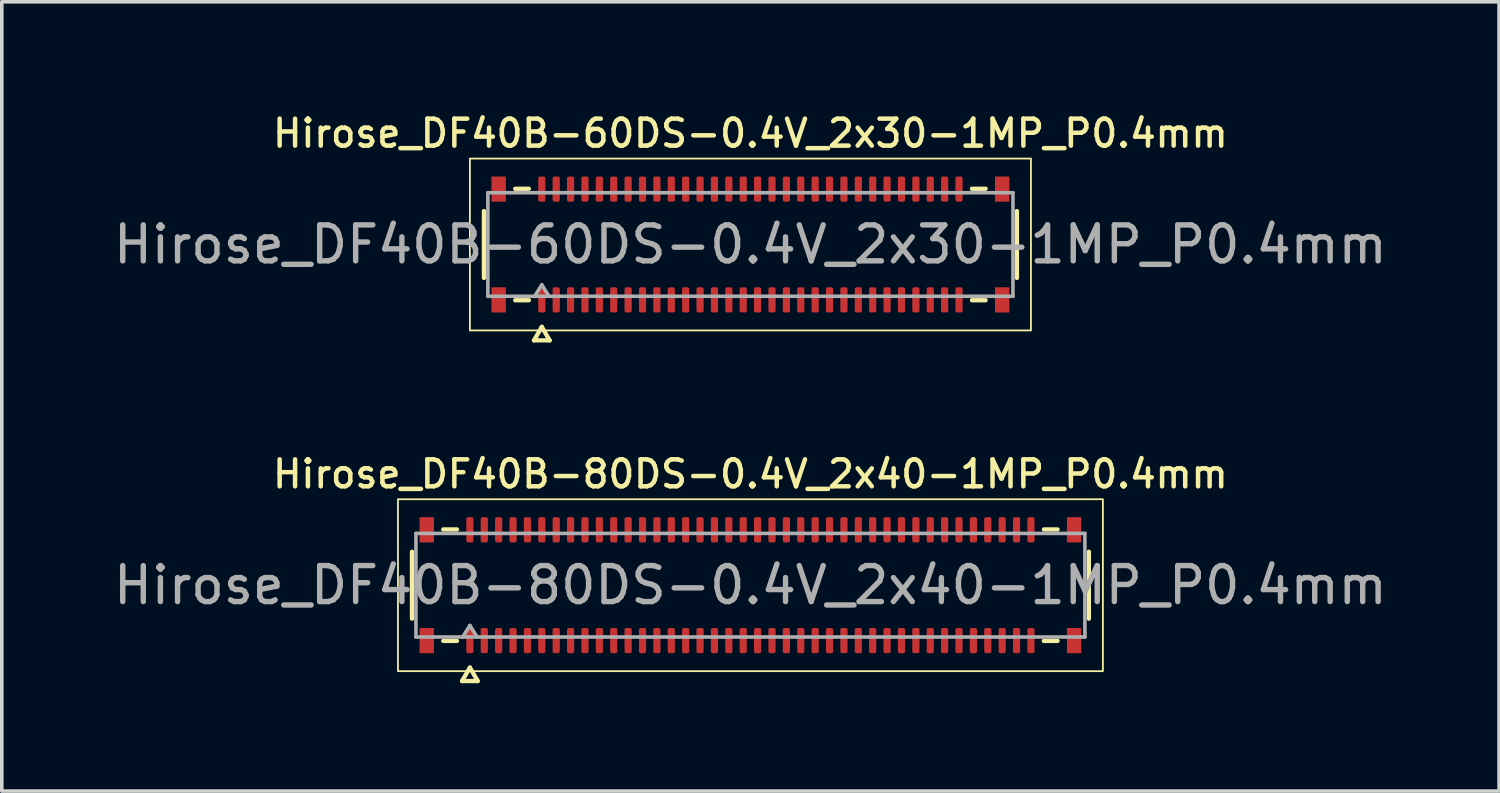
<source format=kicad_pcb>
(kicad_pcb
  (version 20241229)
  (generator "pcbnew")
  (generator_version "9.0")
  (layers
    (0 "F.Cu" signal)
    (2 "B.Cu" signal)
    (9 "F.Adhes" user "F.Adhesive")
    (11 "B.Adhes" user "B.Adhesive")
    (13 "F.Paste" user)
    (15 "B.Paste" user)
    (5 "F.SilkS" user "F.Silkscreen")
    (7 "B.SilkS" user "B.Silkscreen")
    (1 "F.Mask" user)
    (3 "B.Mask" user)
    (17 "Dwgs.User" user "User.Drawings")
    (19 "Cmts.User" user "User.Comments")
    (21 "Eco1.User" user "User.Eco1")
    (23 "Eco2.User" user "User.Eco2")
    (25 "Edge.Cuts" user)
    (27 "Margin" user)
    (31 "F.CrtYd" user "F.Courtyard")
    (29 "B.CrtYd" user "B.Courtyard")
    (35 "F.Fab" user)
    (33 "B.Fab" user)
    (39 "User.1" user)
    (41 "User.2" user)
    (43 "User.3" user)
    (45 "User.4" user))
  (footprint "Hirose_DF40B-80DS-0.4V_2x40-1MP_P0.4mm"
    (layer "F.Cu")
    (at 17.815 13.221)
    (property "Reference" "Hirose_DF40B-80DS-0.4V_2x40-1MP_P0.4mm" (at 0 -3.09 0) (layer "F.SilkS") (effects (font (size 0.75 0.75) (thickness 0.125))))
    (attr smd)
    (fp_line (start -9.41 0.93) (end -9.41 -0.93) (stroke (width 0.12) (type solid)) (layer "F.SilkS"))
    (fp_line (start -8.54 -1.55) (end -8.16 -1.55) (stroke (width 0.12) (type solid)) (layer "F.SilkS"))
    (fp_line (start -8.16 1.55) (end -8.54 1.55) (stroke (width 0.12) (type solid)) (layer "F.SilkS"))
    (fp_line (start -8.017 2.665) (end -7.8 2.29) (stroke (width 0.12) (type solid)) (layer "F.SilkS"))
    (fp_line (start -7.8 2.29) (end -7.583 2.665) (stroke (width 0.12) (type solid)) (layer "F.SilkS"))
    (fp_line (start -7.583 2.665) (end -8.017 2.665) (stroke (width 0.12) (type solid)) (layer "F.SilkS"))
    (fp_line (start 8.16 -1.55) (end 8.54 -1.55) (stroke (width 0.12) (type solid)) (layer "F.SilkS"))
    (fp_line (start 8.54 1.55) (end 8.16 1.55) (stroke (width 0.12) (type solid)) (layer "F.SilkS"))
    (fp_line (start 9.41 -0.93) (end 9.41 0.93) (stroke (width 0.12) (type solid)) (layer "F.SilkS"))
    (fp_rect (start -9.8 -2.39) (end 9.8 2.39) (stroke (width 0.05) (type solid)) (fill no) (layer "F.SilkS"))
    (fp_line (start -9.3 -1.44) (end 9.3 -1.44) (stroke (width 0.1) (type solid)) (layer "F.Fab"))
    (fp_line (start -9.3 1.44) (end -9.3 -1.44) (stroke (width 0.1) (type solid)) (layer "F.Fab"))
    (fp_line (start -8 1.44) (end -7.8 1.12) (stroke (width 0.1) (type solid)) (layer "F.Fab"))
    (fp_line (start -7.8 1.12) (end -7.6 1.44) (stroke (width 0.1) (type solid)) (layer "F.Fab"))
    (fp_line (start 9.3 -1.44) (end 9.3 1.44) (stroke (width 0.1) (type solid)) (layer "F.Fab"))
    (fp_line (start 9.3 1.44) (end -9.3 1.44) (stroke (width 0.1) (type solid)) (layer "F.Fab"))
    (fp_text user "${REFERENCE}" (at 0 0 0) (layer "F.Fab") (effects (font (size 1 1) (thickness 0.15))))
    (pad "1" smd roundrect (at -7.8 1.54) (size 0.2 0.7) (layers "F.Cu" "F.Mask" "F.Paste") (roundrect_rratio 0.25))
    (pad "2" smd roundrect (at -7.8 -1.54) (size 0.2 0.7) (layers "F.Cu" "F.Mask" "F.Paste") (roundrect_rratio 0.25))
    (pad "3" smd roundrect (at -7.4 1.54) (size 0.2 0.7) (layers "F.Cu" "F.Mask" "F.Paste") (roundrect_rratio 0.25))
    (pad "4" smd roundrect (at -7.4 -1.54) (size 0.2 0.7) (layers "F.Cu" "F.Mask" "F.Paste") (roundrect_rratio 0.25))
    (pad "5" smd roundrect (at -7 1.54) (size 0.2 0.7) (layers "F.Cu" "F.Mask" "F.Paste") (roundrect_rratio 0.25))
    (pad "6" smd roundrect (at -7 -1.54) (size 0.2 0.7) (layers "F.Cu" "F.Mask" "F.Paste") (roundrect_rratio 0.25))
    (pad "7" smd roundrect (at -6.6 1.54) (size 0.2 0.7) (layers "F.Cu" "F.Mask" "F.Paste") (roundrect_rratio 0.25))
    (pad "8" smd roundrect (at -6.6 -1.54) (size 0.2 0.7) (layers "F.Cu" "F.Mask" "F.Paste") (roundrect_rratio 0.25))
    (pad "9" smd roundrect (at -6.2 1.54) (size 0.2 0.7) (layers "F.Cu" "F.Mask" "F.Paste") (roundrect_rratio 0.25))
    (pad "10" smd roundrect (at -6.2 -1.54) (size 0.2 0.7) (layers "F.Cu" "F.Mask" "F.Paste") (roundrect_rratio 0.25))
    (pad "11" smd roundrect (at -5.8 1.54) (size 0.2 0.7) (layers "F.Cu" "F.Mask" "F.Paste") (roundrect_rratio 0.25))
    (pad "12" smd roundrect (at -5.8 -1.54) (size 0.2 0.7) (layers "F.Cu" "F.Mask" "F.Paste") (roundrect_rratio 0.25))
    (pad "13" smd roundrect (at -5.4 1.54) (size 0.2 0.7) (layers "F.Cu" "F.Mask" "F.Paste") (roundrect_rratio 0.25))
    (pad "14" smd roundrect (at -5.4 -1.54) (size 0.2 0.7) (layers "F.Cu" "F.Mask" "F.Paste") (roundrect_rratio 0.25))
    (pad "15" smd roundrect (at -5 1.54) (size 0.2 0.7) (layers "F.Cu" "F.Mask" "F.Paste") (roundrect_rratio 0.25))
    (pad "16" smd roundrect (at -5 -1.54) (size 0.2 0.7) (layers "F.Cu" "F.Mask" "F.Paste") (roundrect_rratio 0.25))
    (pad "17" smd roundrect (at -4.6 1.54) (size 0.2 0.7) (layers "F.Cu" "F.Mask" "F.Paste") (roundrect_rratio 0.25))
    (pad "18" smd roundrect (at -4.6 -1.54) (size 0.2 0.7) (layers "F.Cu" "F.Mask" "F.Paste") (roundrect_rratio 0.25))
    (pad "19" smd roundrect (at -4.2 1.54) (size 0.2 0.7) (layers "F.Cu" "F.Mask" "F.Paste") (roundrect_rratio 0.25))
    (pad "20" smd roundrect (at -4.2 -1.54) (size 0.2 0.7) (layers "F.Cu" "F.Mask" "F.Paste") (roundrect_rratio 0.25))
    (pad "21" smd roundrect (at -3.8 1.54) (size 0.2 0.7) (layers "F.Cu" "F.Mask" "F.Paste") (roundrect_rratio 0.25))
    (pad "22" smd roundrect (at -3.8 -1.54) (size 0.2 0.7) (layers "F.Cu" "F.Mask" "F.Paste") (roundrect_rratio 0.25))
    (pad "23" smd roundrect (at -3.4 1.54) (size 0.2 0.7) (layers "F.Cu" "F.Mask" "F.Paste") (roundrect_rratio 0.25))
    (pad "24" smd roundrect (at -3.4 -1.54) (size 0.2 0.7) (layers "F.Cu" "F.Mask" "F.Paste") (roundrect_rratio 0.25))
    (pad "25" smd roundrect (at -3 1.54) (size 0.2 0.7) (layers "F.Cu" "F.Mask" "F.Paste") (roundrect_rratio 0.25))
    (pad "26" smd roundrect (at -3 -1.54) (size 0.2 0.7) (layers "F.Cu" "F.Mask" "F.Paste") (roundrect_rratio 0.25))
    (pad "27" smd roundrect (at -2.6 1.54) (size 0.2 0.7) (layers "F.Cu" "F.Mask" "F.Paste") (roundrect_rratio 0.25))
    (pad "28" smd roundrect (at -2.6 -1.54) (size 0.2 0.7) (layers "F.Cu" "F.Mask" "F.Paste") (roundrect_rratio 0.25))
    (pad "29" smd roundrect (at -2.2 1.54) (size 0.2 0.7) (layers "F.Cu" "F.Mask" "F.Paste") (roundrect_rratio 0.25))
    (pad "30" smd roundrect (at -2.2 -1.54) (size 0.2 0.7) (layers "F.Cu" "F.Mask" "F.Paste") (roundrect_rratio 0.25))
    (pad "31" smd roundrect (at -1.8 1.54) (size 0.2 0.7) (layers "F.Cu" "F.Mask" "F.Paste") (roundrect_rratio 0.25))
    (pad "32" smd roundrect (at -1.8 -1.54) (size 0.2 0.7) (layers "F.Cu" "F.Mask" "F.Paste") (roundrect_rratio 0.25))
    (pad "33" smd roundrect (at -1.4 1.54) (size 0.2 0.7) (layers "F.Cu" "F.Mask" "F.Paste") (roundrect_rratio 0.25))
    (pad "34" smd roundrect (at -1.4 -1.54) (size 0.2 0.7) (layers "F.Cu" "F.Mask" "F.Paste") (roundrect_rratio 0.25))
    (pad "35" smd roundrect (at -1 1.54) (size 0.2 0.7) (layers "F.Cu" "F.Mask" "F.Paste") (roundrect_rratio 0.25))
    (pad "36" smd roundrect (at -1 -1.54) (size 0.2 0.7) (layers "F.Cu" "F.Mask" "F.Paste") (roundrect_rratio 0.25))
    (pad "37" smd roundrect (at -0.6 1.54) (size 0.2 0.7) (layers "F.Cu" "F.Mask" "F.Paste") (roundrect_rratio 0.25))
    (pad "38" smd roundrect (at -0.6 -1.54) (size 0.2 0.7) (layers "F.Cu" "F.Mask" "F.Paste") (roundrect_rratio 0.25))
    (pad "39" smd roundrect (at -0.2 1.54) (size 0.2 0.7) (layers "F.Cu" "F.Mask" "F.Paste") (roundrect_rratio 0.25))
    (pad "40" smd roundrect (at -0.2 -1.54) (size 0.2 0.7) (layers "F.Cu" "F.Mask" "F.Paste") (roundrect_rratio 0.25))
    (pad "41" smd roundrect (at 0.2 1.54) (size 0.2 0.7) (layers "F.Cu" "F.Mask" "F.Paste") (roundrect_rratio 0.25))
    (pad "42" smd roundrect (at 0.2 -1.54) (size 0.2 0.7) (layers "F.Cu" "F.Mask" "F.Paste") (roundrect_rratio 0.25))
    (pad "43" smd roundrect (at 0.6 1.54) (size 0.2 0.7) (layers "F.Cu" "F.Mask" "F.Paste") (roundrect_rratio 0.25))
    (pad "44" smd roundrect (at 0.6 -1.54) (size 0.2 0.7) (layers "F.Cu" "F.Mask" "F.Paste") (roundrect_rratio 0.25))
    (pad "45" smd roundrect (at 1 1.54) (size 0.2 0.7) (layers "F.Cu" "F.Mask" "F.Paste") (roundrect_rratio 0.25))
    (pad "46" smd roundrect (at 1 -1.54) (size 0.2 0.7) (layers "F.Cu" "F.Mask" "F.Paste") (roundrect_rratio 0.25))
    (pad "47" smd roundrect (at 1.4 1.54) (size 0.2 0.7) (layers "F.Cu" "F.Mask" "F.Paste") (roundrect_rratio 0.25))
    (pad "48" smd roundrect (at 1.4 -1.54) (size 0.2 0.7) (layers "F.Cu" "F.Mask" "F.Paste") (roundrect_rratio 0.25))
    (pad "49" smd roundrect (at 1.8 1.54) (size 0.2 0.7) (layers "F.Cu" "F.Mask" "F.Paste") (roundrect_rratio 0.25))
    (pad "50" smd roundrect (at 1.8 -1.54) (size 0.2 0.7) (layers "F.Cu" "F.Mask" "F.Paste") (roundrect_rratio 0.25))
    (pad "51" smd roundrect (at 2.2 1.54) (size 0.2 0.7) (layers "F.Cu" "F.Mask" "F.Paste") (roundrect_rratio 0.25))
    (pad "52" smd roundrect (at 2.2 -1.54) (size 0.2 0.7) (layers "F.Cu" "F.Mask" "F.Paste") (roundrect_rratio 0.25))
    (pad "53" smd roundrect (at 2.6 1.54) (size 0.2 0.7) (layers "F.Cu" "F.Mask" "F.Paste") (roundrect_rratio 0.25))
    (pad "54" smd roundrect (at 2.6 -1.54) (size 0.2 0.7) (layers "F.Cu" "F.Mask" "F.Paste") (roundrect_rratio 0.25))
    (pad "55" smd roundrect (at 3 1.54) (size 0.2 0.7) (layers "F.Cu" "F.Mask" "F.Paste") (roundrect_rratio 0.25))
    (pad "56" smd roundrect (at 3 -1.54) (size 0.2 0.7) (layers "F.Cu" "F.Mask" "F.Paste") (roundrect_rratio 0.25))
    (pad "57" smd roundrect (at 3.4 1.54) (size 0.2 0.7) (layers "F.Cu" "F.Mask" "F.Paste") (roundrect_rratio 0.25))
    (pad "58" smd roundrect (at 3.4 -1.54) (size 0.2 0.7) (layers "F.Cu" "F.Mask" "F.Paste") (roundrect_rratio 0.25))
    (pad "59" smd roundrect (at 3.8 1.54) (size 0.2 0.7) (layers "F.Cu" "F.Mask" "F.Paste") (roundrect_rratio 0.25))
    (pad "60" smd roundrect (at 3.8 -1.54) (size 0.2 0.7) (layers "F.Cu" "F.Mask" "F.Paste") (roundrect_rratio 0.25))
    (pad "61" smd roundrect (at 4.2 1.54) (size 0.2 0.7) (layers "F.Cu" "F.Mask" "F.Paste") (roundrect_rratio 0.25))
    (pad "62" smd roundrect (at 4.2 -1.54) (size 0.2 0.7) (layers "F.Cu" "F.Mask" "F.Paste") (roundrect_rratio 0.25))
    (pad "63" smd roundrect (at 4.6 1.54) (size 0.2 0.7) (layers "F.Cu" "F.Mask" "F.Paste") (roundrect_rratio 0.25))
    (pad "64" smd roundrect (at 4.6 -1.54) (size 0.2 0.7) (layers "F.Cu" "F.Mask" "F.Paste") (roundrect_rratio 0.25))
    (pad "65" smd roundrect (at 5 1.54) (size 0.2 0.7) (layers "F.Cu" "F.Mask" "F.Paste") (roundrect_rratio 0.25))
    (pad "66" smd roundrect (at 5 -1.54) (size 0.2 0.7) (layers "F.Cu" "F.Mask" "F.Paste") (roundrect_rratio 0.25))
    (pad "67" smd roundrect (at 5.4 1.54) (size 0.2 0.7) (layers "F.Cu" "F.Mask" "F.Paste") (roundrect_rratio 0.25))
    (pad "68" smd roundrect (at 5.4 -1.54) (size 0.2 0.7) (layers "F.Cu" "F.Mask" "F.Paste") (roundrect_rratio 0.25))
    (pad "69" smd roundrect (at 5.8 1.54) (size 0.2 0.7) (layers "F.Cu" "F.Mask" "F.Paste") (roundrect_rratio 0.25))
    (pad "70" smd roundrect (at 5.8 -1.54) (size 0.2 0.7) (layers "F.Cu" "F.Mask" "F.Paste") (roundrect_rratio 0.25))
    (pad "71" smd roundrect (at 6.2 1.54) (size 0.2 0.7) (layers "F.Cu" "F.Mask" "F.Paste") (roundrect_rratio 0.25))
    (pad "72" smd roundrect (at 6.2 -1.54) (size 0.2 0.7) (layers "F.Cu" "F.Mask" "F.Paste") (roundrect_rratio 0.25))
    (pad "73" smd roundrect (at 6.6 1.54) (size 0.2 0.7) (layers "F.Cu" "F.Mask" "F.Paste") (roundrect_rratio 0.25))
    (pad "74" smd roundrect (at 6.6 -1.54) (size 0.2 0.7) (layers "F.Cu" "F.Mask" "F.Paste") (roundrect_rratio 0.25))
    (pad "75" smd roundrect (at 7 1.54) (size 0.2 0.7) (layers "F.Cu" "F.Mask" "F.Paste") (roundrect_rratio 0.25))
    (pad "76" smd roundrect (at 7 -1.54) (size 0.2 0.7) (layers "F.Cu" "F.Mask" "F.Paste") (roundrect_rratio 0.25))
    (pad "77" smd roundrect (at 7.4 1.54) (size 0.2 0.7) (layers "F.Cu" "F.Mask" "F.Paste") (roundrect_rratio 0.25))
    (pad "78" smd roundrect (at 7.4 -1.54) (size 0.2 0.7) (layers "F.Cu" "F.Mask" "F.Paste") (roundrect_rratio 0.25))
    (pad "79" smd roundrect (at 7.8 1.54) (size 0.2 0.7) (layers "F.Cu" "F.Mask" "F.Paste") (roundrect_rratio 0.25))
    (pad "80" smd roundrect (at 7.8 -1.54) (size 0.2 0.7) (layers "F.Cu" "F.Mask" "F.Paste") (roundrect_rratio 0.25))
    (pad "MP" smd rect (at -9 -1.54) (size 0.4 0.7) (layers "F.Cu" "F.Mask" "F.Paste"))
    (pad "MP" smd rect (at -9 1.54) (size 0.4 0.7) (layers "F.Cu" "F.Mask" "F.Paste"))
    (pad "MP" smd rect (at 9 -1.54) (size 0.4 0.7) (layers "F.Cu" "F.Mask" "F.Paste"))
    (pad "MP" smd rect (at 9 1.54) (size 0.4 0.7) (layers "F.Cu" "F.Mask" "F.Paste")))
  (footprint "Hirose_DF40B-60DS-0.4V_2x30-1MP_P0.4mm"
    (layer "F.Cu")
    (at 17.815 3.748)
    (property "Reference" "Hirose_DF40B-60DS-0.4V_2x30-1MP_P0.4mm" (at 0 -3.09 0) (layer "F.SilkS") (effects (font (size 0.75 0.75) (thickness 0.125))))
    (attr smd)
    (fp_line (start -7.41 0.93) (end -7.41 -0.93) (stroke (width 0.12) (type solid)) (layer "F.SilkS"))
    (fp_line (start -6.54 -1.55) (end -6.16 -1.55) (stroke (width 0.12) (type solid)) (layer "F.SilkS"))
    (fp_line (start -6.16 1.55) (end -6.54 1.55) (stroke (width 0.12) (type solid)) (layer "F.SilkS"))
    (fp_line (start -6.017 2.665) (end -5.8 2.29) (stroke (width 0.12) (type solid)) (layer "F.SilkS"))
    (fp_line (start -5.8 2.29) (end -5.583 2.665) (stroke (width 0.12) (type solid)) (layer "F.SilkS"))
    (fp_line (start -5.583 2.665) (end -6.017 2.665) (stroke (width 0.12) (type solid)) (layer "F.SilkS"))
    (fp_line (start 6.16 -1.55) (end 6.54 -1.55) (stroke (width 0.12) (type solid)) (layer "F.SilkS"))
    (fp_line (start 6.54 1.55) (end 6.16 1.55) (stroke (width 0.12) (type solid)) (layer "F.SilkS"))
    (fp_line (start 7.41 -0.93) (end 7.41 0.93) (stroke (width 0.12) (type solid)) (layer "F.SilkS"))
    (fp_rect (start -7.8 -2.39) (end 7.8 2.39) (stroke (width 0.05) (type solid)) (fill no) (layer "F.SilkS"))
    (fp_line (start -7.3 -1.44) (end 7.3 -1.44) (stroke (width 0.1) (type solid)) (layer "F.Fab"))
    (fp_line (start -7.3 1.44) (end -7.3 -1.44) (stroke (width 0.1) (type solid)) (layer "F.Fab"))
    (fp_line (start -6 1.44) (end -5.8 1.12) (stroke (width 0.1) (type solid)) (layer "F.Fab"))
    (fp_line (start -5.8 1.12) (end -5.6 1.44) (stroke (width 0.1) (type solid)) (layer "F.Fab"))
    (fp_line (start 7.3 -1.44) (end 7.3 1.44) (stroke (width 0.1) (type solid)) (layer "F.Fab"))
    (fp_line (start 7.3 1.44) (end -7.3 1.44) (stroke (width 0.1) (type solid)) (layer "F.Fab"))
    (fp_text user "${REFERENCE}" (at 0 0 0) (layer "F.Fab") (effects (font (size 1 1) (thickness 0.15))))
    (pad "1" smd roundrect (at -5.8 1.54) (size 0.2 0.7) (layers "F.Cu" "F.Mask" "F.Paste") (roundrect_rratio 0.25))
    (pad "2" smd roundrect (at -5.8 -1.54) (size 0.2 0.7) (layers "F.Cu" "F.Mask" "F.Paste") (roundrect_rratio 0.25))
    (pad "3" smd roundrect (at -5.4 1.54) (size 0.2 0.7) (layers "F.Cu" "F.Mask" "F.Paste") (roundrect_rratio 0.25))
    (pad "4" smd roundrect (at -5.4 -1.54) (size 0.2 0.7) (layers "F.Cu" "F.Mask" "F.Paste") (roundrect_rratio 0.25))
    (pad "5" smd roundrect (at -5 1.54) (size 0.2 0.7) (layers "F.Cu" "F.Mask" "F.Paste") (roundrect_rratio 0.25))
    (pad "6" smd roundrect (at -5 -1.54) (size 0.2 0.7) (layers "F.Cu" "F.Mask" "F.Paste") (roundrect_rratio 0.25))
    (pad "7" smd roundrect (at -4.6 1.54) (size 0.2 0.7) (layers "F.Cu" "F.Mask" "F.Paste") (roundrect_rratio 0.25))
    (pad "8" smd roundrect (at -4.6 -1.54) (size 0.2 0.7) (layers "F.Cu" "F.Mask" "F.Paste") (roundrect_rratio 0.25))
    (pad "9" smd roundrect (at -4.2 1.54) (size 0.2 0.7) (layers "F.Cu" "F.Mask" "F.Paste") (roundrect_rratio 0.25))
    (pad "10" smd roundrect (at -4.2 -1.54) (size 0.2 0.7) (layers "F.Cu" "F.Mask" "F.Paste") (roundrect_rratio 0.25))
    (pad "11" smd roundrect (at -3.8 1.54) (size 0.2 0.7) (layers "F.Cu" "F.Mask" "F.Paste") (roundrect_rratio 0.25))
    (pad "12" smd roundrect (at -3.8 -1.54) (size 0.2 0.7) (layers "F.Cu" "F.Mask" "F.Paste") (roundrect_rratio 0.25))
    (pad "13" smd roundrect (at -3.4 1.54) (size 0.2 0.7) (layers "F.Cu" "F.Mask" "F.Paste") (roundrect_rratio 0.25))
    (pad "14" smd roundrect (at -3.4 -1.54) (size 0.2 0.7) (layers "F.Cu" "F.Mask" "F.Paste") (roundrect_rratio 0.25))
    (pad "15" smd roundrect (at -3 1.54) (size 0.2 0.7) (layers "F.Cu" "F.Mask" "F.Paste") (roundrect_rratio 0.25))
    (pad "16" smd roundrect (at -3 -1.54) (size 0.2 0.7) (layers "F.Cu" "F.Mask" "F.Paste") (roundrect_rratio 0.25))
    (pad "17" smd roundrect (at -2.6 1.54) (size 0.2 0.7) (layers "F.Cu" "F.Mask" "F.Paste") (roundrect_rratio 0.25))
    (pad "18" smd roundrect (at -2.6 -1.54) (size 0.2 0.7) (layers "F.Cu" "F.Mask" "F.Paste") (roundrect_rratio 0.25))
    (pad "19" smd roundrect (at -2.2 1.54) (size 0.2 0.7) (layers "F.Cu" "F.Mask" "F.Paste") (roundrect_rratio 0.25))
    (pad "20" smd roundrect (at -2.2 -1.54) (size 0.2 0.7) (layers "F.Cu" "F.Mask" "F.Paste") (roundrect_rratio 0.25))
    (pad "21" smd roundrect (at -1.8 1.54) (size 0.2 0.7) (layers "F.Cu" "F.Mask" "F.Paste") (roundrect_rratio 0.25))
    (pad "22" smd roundrect (at -1.8 -1.54) (size 0.2 0.7) (layers "F.Cu" "F.Mask" "F.Paste") (roundrect_rratio 0.25))
    (pad "23" smd roundrect (at -1.4 1.54) (size 0.2 0.7) (layers "F.Cu" "F.Mask" "F.Paste") (roundrect_rratio 0.25))
    (pad "24" smd roundrect (at -1.4 -1.54) (size 0.2 0.7) (layers "F.Cu" "F.Mask" "F.Paste") (roundrect_rratio 0.25))
    (pad "25" smd roundrect (at -1 1.54) (size 0.2 0.7) (layers "F.Cu" "F.Mask" "F.Paste") (roundrect_rratio 0.25))
    (pad "26" smd roundrect (at -1 -1.54) (size 0.2 0.7) (layers "F.Cu" "F.Mask" "F.Paste") (roundrect_rratio 0.25))
    (pad "27" smd roundrect (at -0.6 1.54) (size 0.2 0.7) (layers "F.Cu" "F.Mask" "F.Paste") (roundrect_rratio 0.25))
    (pad "28" smd roundrect (at -0.6 -1.54) (size 0.2 0.7) (layers "F.Cu" "F.Mask" "F.Paste") (roundrect_rratio 0.25))
    (pad "29" smd roundrect (at -0.2 1.54) (size 0.2 0.7) (layers "F.Cu" "F.Mask" "F.Paste") (roundrect_rratio 0.25))
    (pad "30" smd roundrect (at -0.2 -1.54) (size 0.2 0.7) (layers "F.Cu" "F.Mask" "F.Paste") (roundrect_rratio 0.25))
    (pad "31" smd roundrect (at 0.2 1.54) (size 0.2 0.7) (layers "F.Cu" "F.Mask" "F.Paste") (roundrect_rratio 0.25))
    (pad "32" smd roundrect (at 0.2 -1.54) (size 0.2 0.7) (layers "F.Cu" "F.Mask" "F.Paste") (roundrect_rratio 0.25))
    (pad "33" smd roundrect (at 0.6 1.54) (size 0.2 0.7) (layers "F.Cu" "F.Mask" "F.Paste") (roundrect_rratio 0.25))
    (pad "34" smd roundrect (at 0.6 -1.54) (size 0.2 0.7) (layers "F.Cu" "F.Mask" "F.Paste") (roundrect_rratio 0.25))
    (pad "35" smd roundrect (at 1 1.54) (size 0.2 0.7) (layers "F.Cu" "F.Mask" "F.Paste") (roundrect_rratio 0.25))
    (pad "36" smd roundrect (at 1 -1.54) (size 0.2 0.7) (layers "F.Cu" "F.Mask" "F.Paste") (roundrect_rratio 0.25))
    (pad "37" smd roundrect (at 1.4 1.54) (size 0.2 0.7) (layers "F.Cu" "F.Mask" "F.Paste") (roundrect_rratio 0.25))
    (pad "38" smd roundrect (at 1.4 -1.54) (size 0.2 0.7) (layers "F.Cu" "F.Mask" "F.Paste") (roundrect_rratio 0.25))
    (pad "39" smd roundrect (at 1.8 1.54) (size 0.2 0.7) (layers "F.Cu" "F.Mask" "F.Paste") (roundrect_rratio 0.25))
    (pad "40" smd roundrect (at 1.8 -1.54) (size 0.2 0.7) (layers "F.Cu" "F.Mask" "F.Paste") (roundrect_rratio 0.25))
    (pad "41" smd roundrect (at 2.2 1.54) (size 0.2 0.7) (layers "F.Cu" "F.Mask" "F.Paste") (roundrect_rratio 0.25))
    (pad "42" smd roundrect (at 2.2 -1.54) (size 0.2 0.7) (layers "F.Cu" "F.Mask" "F.Paste") (roundrect_rratio 0.25))
    (pad "43" smd roundrect (at 2.6 1.54) (size 0.2 0.7) (layers "F.Cu" "F.Mask" "F.Paste") (roundrect_rratio 0.25))
    (pad "44" smd roundrect (at 2.6 -1.54) (size 0.2 0.7) (layers "F.Cu" "F.Mask" "F.Paste") (roundrect_rratio 0.25))
    (pad "45" smd roundrect (at 3 1.54) (size 0.2 0.7) (layers "F.Cu" "F.Mask" "F.Paste") (roundrect_rratio 0.25))
    (pad "46" smd roundrect (at 3 -1.54) (size 0.2 0.7) (layers "F.Cu" "F.Mask" "F.Paste") (roundrect_rratio 0.25))
    (pad "47" smd roundrect (at 3.4 1.54) (size 0.2 0.7) (layers "F.Cu" "F.Mask" "F.Paste") (roundrect_rratio 0.25))
    (pad "48" smd roundrect (at 3.4 -1.54) (size 0.2 0.7) (layers "F.Cu" "F.Mask" "F.Paste") (roundrect_rratio 0.25))
    (pad "49" smd roundrect (at 3.8 1.54) (size 0.2 0.7) (layers "F.Cu" "F.Mask" "F.Paste") (roundrect_rratio 0.25))
    (pad "50" smd roundrect (at 3.8 -1.54) (size 0.2 0.7) (layers "F.Cu" "F.Mask" "F.Paste") (roundrect_rratio 0.25))
    (pad "51" smd roundrect (at 4.2 1.54) (size 0.2 0.7) (layers "F.Cu" "F.Mask" "F.Paste") (roundrect_rratio 0.25))
    (pad "52" smd roundrect (at 4.2 -1.54) (size 0.2 0.7) (layers "F.Cu" "F.Mask" "F.Paste") (roundrect_rratio 0.25))
    (pad "53" smd roundrect (at 4.6 1.54) (size 0.2 0.7) (layers "F.Cu" "F.Mask" "F.Paste") (roundrect_rratio 0.25))
    (pad "54" smd roundrect (at 4.6 -1.54) (size 0.2 0.7) (layers "F.Cu" "F.Mask" "F.Paste") (roundrect_rratio 0.25))
    (pad "55" smd roundrect (at 5 1.54) (size 0.2 0.7) (layers "F.Cu" "F.Mask" "F.Paste") (roundrect_rratio 0.25))
    (pad "56" smd roundrect (at 5 -1.54) (size 0.2 0.7) (layers "F.Cu" "F.Mask" "F.Paste") (roundrect_rratio 0.25))
    (pad "57" smd roundrect (at 5.4 1.54) (size 0.2 0.7) (layers "F.Cu" "F.Mask" "F.Paste") (roundrect_rratio 0.25))
    (pad "58" smd roundrect (at 5.4 -1.54) (size 0.2 0.7) (layers "F.Cu" "F.Mask" "F.Paste") (roundrect_rratio 0.25))
    (pad "59" smd roundrect (at 5.8 1.54) (size 0.2 0.7) (layers "F.Cu" "F.Mask" "F.Paste") (roundrect_rratio 0.25))
    (pad "60" smd roundrect (at 5.8 -1.54) (size 0.2 0.7) (layers "F.Cu" "F.Mask" "F.Paste") (roundrect_rratio 0.25))
    (pad "MP" smd rect (at -7 -1.54) (size 0.4 0.7) (layers "F.Cu" "F.Mask" "F.Paste"))
    (pad "MP" smd rect (at -7 1.54) (size 0.4 0.7) (layers "F.Cu" "F.Mask" "F.Paste"))
    (pad "MP" smd rect (at 7 -1.54) (size 0.4 0.7) (layers "F.Cu" "F.Mask" "F.Paste"))
    (pad "MP" smd rect (at 7 1.54) (size 0.4 0.7) (layers "F.Cu" "F.Mask" "F.Paste")))
  (gr_rect
    (start -3 -3)
    (end 38.631 18.946)
    (stroke (width 0.1) (type default))
    (fill no)
    (layer "Edge.Cuts")))
</source>
